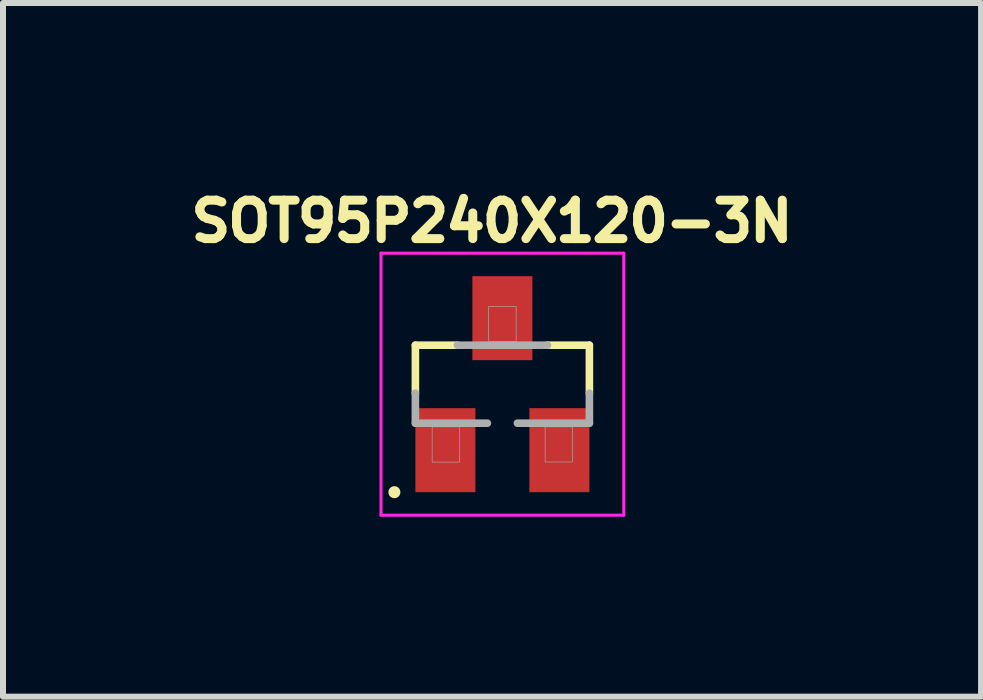
<source format=kicad_pcb>
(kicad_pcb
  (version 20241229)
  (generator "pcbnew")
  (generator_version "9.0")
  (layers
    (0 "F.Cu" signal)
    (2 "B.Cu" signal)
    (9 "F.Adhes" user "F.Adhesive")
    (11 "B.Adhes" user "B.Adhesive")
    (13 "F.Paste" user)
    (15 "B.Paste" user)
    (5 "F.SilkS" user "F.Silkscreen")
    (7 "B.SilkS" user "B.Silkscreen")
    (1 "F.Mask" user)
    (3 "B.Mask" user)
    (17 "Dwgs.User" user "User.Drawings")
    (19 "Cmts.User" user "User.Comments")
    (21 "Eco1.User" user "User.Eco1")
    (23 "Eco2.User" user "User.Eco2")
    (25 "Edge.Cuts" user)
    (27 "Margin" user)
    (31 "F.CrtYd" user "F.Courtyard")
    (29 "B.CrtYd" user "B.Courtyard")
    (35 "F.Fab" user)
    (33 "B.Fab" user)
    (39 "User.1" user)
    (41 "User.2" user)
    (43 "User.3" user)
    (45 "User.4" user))
  (footprint "SOT95P240X120-3N"
    (layer "F.Cu")
    (at 5.323 3.353)
    (property "Reference" "SOT95P240X120-3N" (at -0.173 -2.715 0) (layer "F.SilkS") (effects (font (size 0.641 0.641) (thickness 0.15))))
    (attr smd)
    (fp_line (start -1.45 -0.65) (end -1.45 0.15) (stroke (width 0.127) (type solid)) (layer "F.SilkS"))
    (fp_line (start -1.45 -0.65) (end -0.75 -0.65) (stroke (width 0.127) (type solid)) (layer "F.SilkS"))
    (fp_line (start 1.45 -0.65) (end 0.75 -0.65) (stroke (width 0.127) (type solid)) (layer "F.SilkS"))
    (fp_line (start 1.45 -0.65) (end 1.45 0.15) (stroke (width 0.127) (type solid)) (layer "F.SilkS"))
    (fp_circle (center -1.8 1.8) (end -1.7 1.8) (stroke (width 0) (type solid)) (fill yes) (layer "F.SilkS"))
    (fp_line (start -2.023 -2.183) (end 2.023 -2.183) (stroke (width 0.051) (type solid)) (layer "F.CrtYd"))
    (fp_line (start -2.023 2.183) (end -2.023 -2.183) (stroke (width 0.051) (type solid)) (layer "F.CrtYd"))
    (fp_line (start 2.023 -2.183) (end 2.023 2.183) (stroke (width 0.051) (type solid)) (layer "F.CrtYd"))
    (fp_line (start 2.023 2.183) (end -2.023 2.183) (stroke (width 0.051) (type solid)) (layer "F.CrtYd"))
    (fp_line (start -1.45 0.15) (end -1.45 0.65) (stroke (width 0.127) (type solid)) (layer "F.Fab"))
    (fp_line (start -1.45 0.65) (end -0.25 0.65) (stroke (width 0.127) (type solid)) (layer "F.Fab"))
    (fp_line (start -0.75 -0.65) (end 0.75 -0.65) (stroke (width 0.127) (type solid)) (layer "F.Fab"))
    (fp_line (start 0.25 0.65) (end 1.45 0.65) (stroke (width 0.127) (type solid)) (layer "F.Fab"))
    (fp_line (start 1.45 0.65) (end 1.45 0.15) (stroke (width 0.127) (type solid)) (layer "F.Fab"))
    (fp_poly (pts (xy -1.171 0.711) (xy -0.711 0.711) (xy -0.711 1.298) (xy -1.171 1.298)) (stroke (width 0.01) (type solid)) (fill no) (layer "F.Fab"))
    (fp_poly (pts (xy -0.229 -1.295) (xy 0.229 -1.295) (xy 0.229 -0.711) (xy -0.229 -0.711)) (stroke (width 0.01) (type solid)) (fill no) (layer "F.Fab"))
    (fp_poly (pts (xy 0.712 0.711) (xy 1.168 0.711) (xy 1.168 1.296) (xy 0.712 1.296)) (stroke (width 0.01) (type solid)) (fill no) (layer "F.Fab"))
    (pad "1" smd rect (at -0.95 1.1) (size 1 1.4) (layers "F.Cu" "F.Mask" "F.Paste"))
    (pad "2" smd rect (at 0.95 1.1) (size 1 1.4) (layers "F.Cu" "F.Mask" "F.Paste"))
    (pad "3" smd rect (at 0 -1.1) (size 1 1.4) (layers "F.Cu" "F.Mask" "F.Paste")))
  (gr_rect
    (start -3 -3)
    (end 13.301 8.561)
    (stroke (width 0.1) (type default))
    (fill no)
    (layer "Edge.Cuts")))
</source>
